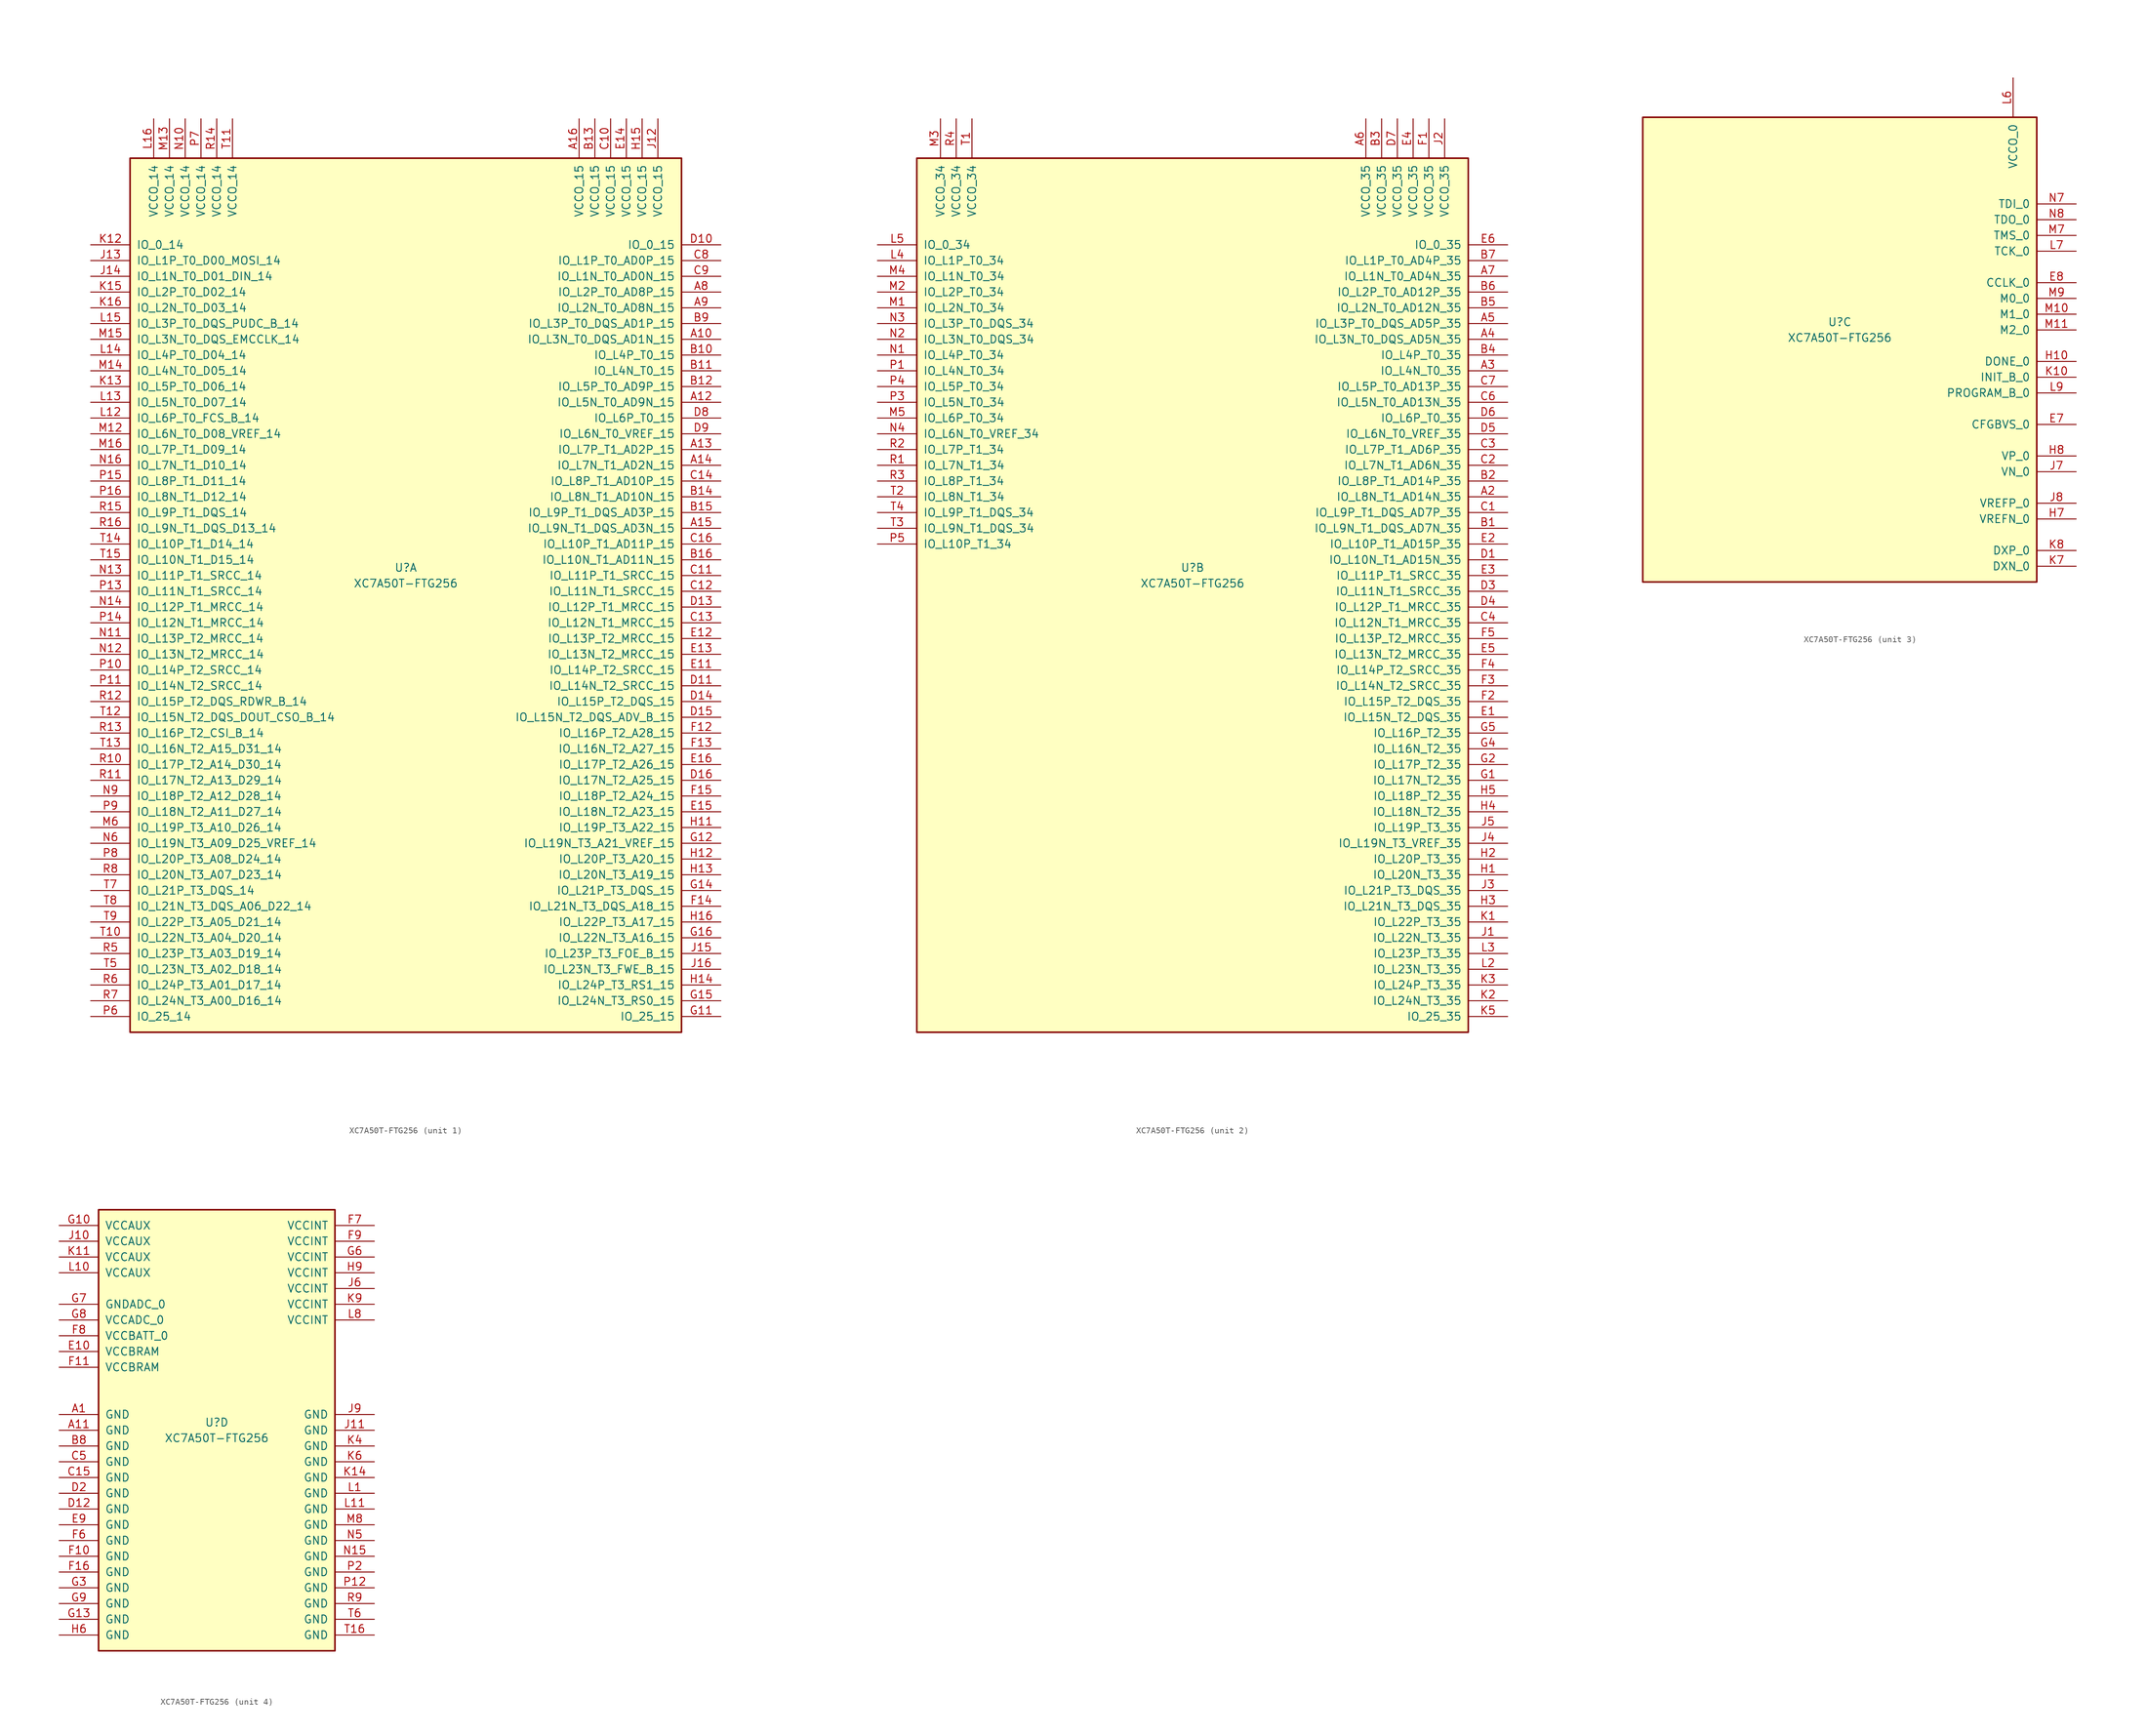
<source format=kicad_sym>
(kicad_symbol_lib
  (version 20211014)
  (generator kicad_symbol_editor)
  (symbol "XC7A50T-FTG256"
    (pin_names
      (offset 1.016))
    (property "Reference" "U"
      (at 0 1.27 0)
      (effects (font (size 1.27 1.27))))
    (property "Value" "XC7A50T-FTG256"
      (at 0 -1.27 0)
      (effects (font (size 1.27 1.27))))
    (property "Datasheet" ""
      (at 0 0 0)
      (effects (font (size 1.27 1.27))))
    (property "ki_locked" ""
      (at 0 0 0)
      (effects (font (size 1.27 1.27))))
    (symbol "XC7A50T-FTG256_1_1"
      (rectangle (start -44.45 67.31) (end 44.45 -73.66) (stroke (width 0.254) (type default) (color 0 0 0 0)) (fill (type background)))
      (pin bidirectional line (at 50.8 38.1 180) (length 6.35) (name "IO_L3N_T0_DQS_AD1N_15" (effects (font (size 1.27 1.27)))) (number "A10" (effects (font (size 1.27 1.27)))))
      (pin bidirectional line (at 50.8 27.94 180) (length 6.35) (name "IO_L5N_T0_AD9N_15" (effects (font (size 1.27 1.27)))) (number "A12" (effects (font (size 1.27 1.27)))))
      (pin bidirectional line (at 50.8 20.32 180) (length 6.35) (name "IO_L7P_T1_AD2P_15" (effects (font (size 1.27 1.27)))) (number "A13" (effects (font (size 1.27 1.27)))))
      (pin bidirectional line (at 50.8 17.78 180) (length 6.35) (name "IO_L7N_T1_AD2N_15" (effects (font (size 1.27 1.27)))) (number "A14" (effects (font (size 1.27 1.27)))))
      (pin bidirectional line (at 50.8 7.62 180) (length 6.35) (name "IO_L9N_T1_DQS_AD3N_15" (effects (font (size 1.27 1.27)))) (number "A15" (effects (font (size 1.27 1.27)))))
      (pin power_in line (at 27.94 73.66 270) (length 6.35) (name "VCCO_15" (effects (font (size 1.27 1.27)))) (number "A16" (effects (font (size 1.27 1.27)))))
      (pin bidirectional line (at 50.8 45.72 180) (length 6.35) (name "IO_L2P_T0_AD8P_15" (effects (font (size 1.27 1.27)))) (number "A8" (effects (font (size 1.27 1.27)))))
      (pin bidirectional line (at 50.8 43.18 180) (length 6.35) (name "IO_L2N_T0_AD8N_15" (effects (font (size 1.27 1.27)))) (number "A9" (effects (font (size 1.27 1.27)))))
      (pin bidirectional line (at 50.8 35.56 180) (length 6.35) (name "IO_L4P_T0_15" (effects (font (size 1.27 1.27)))) (number "B10" (effects (font (size 1.27 1.27)))))
      (pin bidirectional line (at 50.8 33.02 180) (length 6.35) (name "IO_L4N_T0_15" (effects (font (size 1.27 1.27)))) (number "B11" (effects (font (size 1.27 1.27)))))
      (pin bidirectional line (at 50.8 30.48 180) (length 6.35) (name "IO_L5P_T0_AD9P_15" (effects (font (size 1.27 1.27)))) (number "B12" (effects (font (size 1.27 1.27)))))
      (pin power_in line (at 30.48 73.66 270) (length 6.35) (name "VCCO_15" (effects (font (size 1.27 1.27)))) (number "B13" (effects (font (size 1.27 1.27)))))
      (pin bidirectional line (at 50.8 12.7 180) (length 6.35) (name "IO_L8N_T1_AD10N_15" (effects (font (size 1.27 1.27)))) (number "B14" (effects (font (size 1.27 1.27)))))
      (pin bidirectional line (at 50.8 10.16 180) (length 6.35) (name "IO_L9P_T1_DQS_AD3P_15" (effects (font (size 1.27 1.27)))) (number "B15" (effects (font (size 1.27 1.27)))))
      (pin bidirectional line (at 50.8 2.54 180) (length 6.35) (name "IO_L10N_T1_AD11N_15" (effects (font (size 1.27 1.27)))) (number "B16" (effects (font (size 1.27 1.27)))))
      (pin bidirectional line (at 50.8 40.64 180) (length 6.35) (name "IO_L3P_T0_DQS_AD1P_15" (effects (font (size 1.27 1.27)))) (number "B9" (effects (font (size 1.27 1.27)))))
      (pin power_in line (at 33.02 73.66 270) (length 6.35) (name "VCCO_15" (effects (font (size 1.27 1.27)))) (number "C10" (effects (font (size 1.27 1.27)))))
      (pin bidirectional line (at 50.8 0 180) (length 6.35) (name "IO_L11P_T1_SRCC_15" (effects (font (size 1.27 1.27)))) (number "C11" (effects (font (size 1.27 1.27)))))
      (pin bidirectional line (at 50.8 -2.54 180) (length 6.35) (name "IO_L11N_T1_SRCC_15" (effects (font (size 1.27 1.27)))) (number "C12" (effects (font (size 1.27 1.27)))))
      (pin bidirectional line (at 50.8 -7.62 180) (length 6.35) (name "IO_L12N_T1_MRCC_15" (effects (font (size 1.27 1.27)))) (number "C13" (effects (font (size 1.27 1.27)))))
      (pin bidirectional line (at 50.8 15.24 180) (length 6.35) (name "IO_L8P_T1_AD10P_15" (effects (font (size 1.27 1.27)))) (number "C14" (effects (font (size 1.27 1.27)))))
      (pin bidirectional line (at 50.8 5.08 180) (length 6.35) (name "IO_L10P_T1_AD11P_15" (effects (font (size 1.27 1.27)))) (number "C16" (effects (font (size 1.27 1.27)))))
      (pin bidirectional line (at 50.8 50.8 180) (length 6.35) (name "IO_L1P_T0_AD0P_15" (effects (font (size 1.27 1.27)))) (number "C8" (effects (font (size 1.27 1.27)))))
      (pin bidirectional line (at 50.8 48.26 180) (length 6.35) (name "IO_L1N_T0_AD0N_15" (effects (font (size 1.27 1.27)))) (number "C9" (effects (font (size 1.27 1.27)))))
      (pin bidirectional line (at 50.8 53.34 180) (length 6.35) (name "IO_0_15" (effects (font (size 1.27 1.27)))) (number "D10" (effects (font (size 1.27 1.27)))))
      (pin bidirectional line (at 50.8 -17.78 180) (length 6.35) (name "IO_L14N_T2_SRCC_15" (effects (font (size 1.27 1.27)))) (number "D11" (effects (font (size 1.27 1.27)))))
      (pin bidirectional line (at 50.8 -5.08 180) (length 6.35) (name "IO_L12P_T1_MRCC_15" (effects (font (size 1.27 1.27)))) (number "D13" (effects (font (size 1.27 1.27)))))
      (pin bidirectional line (at 50.8 -20.32 180) (length 6.35) (name "IO_L15P_T2_DQS_15" (effects (font (size 1.27 1.27)))) (number "D14" (effects (font (size 1.27 1.27)))))
      (pin bidirectional line (at 50.8 -22.86 180) (length 6.35) (name "IO_L15N_T2_DQS_ADV_B_15" (effects (font (size 1.27 1.27)))) (number "D15" (effects (font (size 1.27 1.27)))))
      (pin bidirectional line (at 50.8 -33.02 180) (length 6.35) (name "IO_L17N_T2_A25_15" (effects (font (size 1.27 1.27)))) (number "D16" (effects (font (size 1.27 1.27)))))
      (pin bidirectional line (at 50.8 25.4 180) (length 6.35) (name "IO_L6P_T0_15" (effects (font (size 1.27 1.27)))) (number "D8" (effects (font (size 1.27 1.27)))))
      (pin bidirectional line (at 50.8 22.86 180) (length 6.35) (name "IO_L6N_T0_VREF_15" (effects (font (size 1.27 1.27)))) (number "D9" (effects (font (size 1.27 1.27)))))
      (pin bidirectional line (at 50.8 -15.24 180) (length 6.35) (name "IO_L14P_T2_SRCC_15" (effects (font (size 1.27 1.27)))) (number "E11" (effects (font (size 1.27 1.27)))))
      (pin bidirectional line (at 50.8 -10.16 180) (length 6.35) (name "IO_L13P_T2_MRCC_15" (effects (font (size 1.27 1.27)))) (number "E12" (effects (font (size 1.27 1.27)))))
      (pin bidirectional line (at 50.8 -12.7 180) (length 6.35) (name "IO_L13N_T2_MRCC_15" (effects (font (size 1.27 1.27)))) (number "E13" (effects (font (size 1.27 1.27)))))
      (pin power_in line (at 35.56 73.66 270) (length 6.35) (name "VCCO_15" (effects (font (size 1.27 1.27)))) (number "E14" (effects (font (size 1.27 1.27)))))
      (pin bidirectional line (at 50.8 -38.1 180) (length 6.35) (name "IO_L18N_T2_A23_15" (effects (font (size 1.27 1.27)))) (number "E15" (effects (font (size 1.27 1.27)))))
      (pin bidirectional line (at 50.8 -30.48 180) (length 6.35) (name "IO_L17P_T2_A26_15" (effects (font (size 1.27 1.27)))) (number "E16" (effects (font (size 1.27 1.27)))))
      (pin bidirectional line (at 50.8 -25.4 180) (length 6.35) (name "IO_L16P_T2_A28_15" (effects (font (size 1.27 1.27)))) (number "F12" (effects (font (size 1.27 1.27)))))
      (pin bidirectional line (at 50.8 -27.94 180) (length 6.35) (name "IO_L16N_T2_A27_15" (effects (font (size 1.27 1.27)))) (number "F13" (effects (font (size 1.27 1.27)))))
      (pin bidirectional line (at 50.8 -53.34 180) (length 6.35) (name "IO_L21N_T3_DQS_A18_15" (effects (font (size 1.27 1.27)))) (number "F14" (effects (font (size 1.27 1.27)))))
      (pin bidirectional line (at 50.8 -35.56 180) (length 6.35) (name "IO_L18P_T2_A24_15" (effects (font (size 1.27 1.27)))) (number "F15" (effects (font (size 1.27 1.27)))))
      (pin bidirectional line (at 50.8 -71.12 180) (length 6.35) (name "IO_25_15" (effects (font (size 1.27 1.27)))) (number "G11" (effects (font (size 1.27 1.27)))))
      (pin bidirectional line (at 50.8 -43.18 180) (length 6.35) (name "IO_L19N_T3_A21_VREF_15" (effects (font (size 1.27 1.27)))) (number "G12" (effects (font (size 1.27 1.27)))))
      (pin bidirectional line (at 50.8 -50.8 180) (length 6.35) (name "IO_L21P_T3_DQS_15" (effects (font (size 1.27 1.27)))) (number "G14" (effects (font (size 1.27 1.27)))))
      (pin bidirectional line (at 50.8 -68.58 180) (length 6.35) (name "IO_L24N_T3_RS0_15" (effects (font (size 1.27 1.27)))) (number "G15" (effects (font (size 1.27 1.27)))))
      (pin bidirectional line (at 50.8 -58.42 180) (length 6.35) (name "IO_L22N_T3_A16_15" (effects (font (size 1.27 1.27)))) (number "G16" (effects (font (size 1.27 1.27)))))
      (pin bidirectional line (at 50.8 -40.64 180) (length 6.35) (name "IO_L19P_T3_A22_15" (effects (font (size 1.27 1.27)))) (number "H11" (effects (font (size 1.27 1.27)))))
      (pin bidirectional line (at 50.8 -45.72 180) (length 6.35) (name "IO_L20P_T3_A20_15" (effects (font (size 1.27 1.27)))) (number "H12" (effects (font (size 1.27 1.27)))))
      (pin bidirectional line (at 50.8 -48.26 180) (length 6.35) (name "IO_L20N_T3_A19_15" (effects (font (size 1.27 1.27)))) (number "H13" (effects (font (size 1.27 1.27)))))
      (pin bidirectional line (at 50.8 -66.04 180) (length 6.35) (name "IO_L24P_T3_RS1_15" (effects (font (size 1.27 1.27)))) (number "H14" (effects (font (size 1.27 1.27)))))
      (pin power_in line (at 38.1 73.66 270) (length 6.35) (name "VCCO_15" (effects (font (size 1.27 1.27)))) (number "H15" (effects (font (size 1.27 1.27)))))
      (pin bidirectional line (at 50.8 -55.88 180) (length 6.35) (name "IO_L22P_T3_A17_15" (effects (font (size 1.27 1.27)))) (number "H16" (effects (font (size 1.27 1.27)))))
      (pin power_in line (at 40.64 73.66 270) (length 6.35) (name "VCCO_15" (effects (font (size 1.27 1.27)))) (number "J12" (effects (font (size 1.27 1.27)))))
      (pin bidirectional line (at -50.8 50.8 0) (length 6.35) (name "IO_L1P_T0_D00_MOSI_14" (effects (font (size 1.27 1.27)))) (number "J13" (effects (font (size 1.27 1.27)))))
      (pin bidirectional line (at -50.8 48.26 0) (length 6.35) (name "IO_L1N_T0_D01_DIN_14" (effects (font (size 1.27 1.27)))) (number "J14" (effects (font (size 1.27 1.27)))))
      (pin bidirectional line (at 50.8 -60.96 180) (length 6.35) (name "IO_L23P_T3_FOE_B_15" (effects (font (size 1.27 1.27)))) (number "J15" (effects (font (size 1.27 1.27)))))
      (pin bidirectional line (at 50.8 -63.5 180) (length 6.35) (name "IO_L23N_T3_FWE_B_15" (effects (font (size 1.27 1.27)))) (number "J16" (effects (font (size 1.27 1.27)))))
      (pin bidirectional line (at -50.8 53.34 0) (length 6.35) (name "IO_0_14" (effects (font (size 1.27 1.27)))) (number "K12" (effects (font (size 1.27 1.27)))))
      (pin bidirectional line (at -50.8 30.48 0) (length 6.35) (name "IO_L5P_T0_D06_14" (effects (font (size 1.27 1.27)))) (number "K13" (effects (font (size 1.27 1.27)))))
      (pin bidirectional line (at -50.8 45.72 0) (length 6.35) (name "IO_L2P_T0_D02_14" (effects (font (size 1.27 1.27)))) (number "K15" (effects (font (size 1.27 1.27)))))
      (pin bidirectional line (at -50.8 43.18 0) (length 6.35) (name "IO_L2N_T0_D03_14" (effects (font (size 1.27 1.27)))) (number "K16" (effects (font (size 1.27 1.27)))))
      (pin bidirectional line (at -50.8 25.4 0) (length 6.35) (name "IO_L6P_T0_FCS_B_14" (effects (font (size 1.27 1.27)))) (number "L12" (effects (font (size 1.27 1.27)))))
      (pin bidirectional line (at -50.8 27.94 0) (length 6.35) (name "IO_L5N_T0_D07_14" (effects (font (size 1.27 1.27)))) (number "L13" (effects (font (size 1.27 1.27)))))
      (pin bidirectional line (at -50.8 35.56 0) (length 6.35) (name "IO_L4P_T0_D04_14" (effects (font (size 1.27 1.27)))) (number "L14" (effects (font (size 1.27 1.27)))))
      (pin bidirectional line (at -50.8 40.64 0) (length 6.35) (name "IO_L3P_T0_DQS_PUDC_B_14" (effects (font (size 1.27 1.27)))) (number "L15" (effects (font (size 1.27 1.27)))))
      (pin power_in line (at -40.64 73.66 270) (length 6.35) (name "VCCO_14" (effects (font (size 1.27 1.27)))) (number "L16" (effects (font (size 1.27 1.27)))))
      (pin bidirectional line (at -50.8 22.86 0) (length 6.35) (name "IO_L6N_T0_D08_VREF_14" (effects (font (size 1.27 1.27)))) (number "M12" (effects (font (size 1.27 1.27)))))
      (pin power_in line (at -38.1 73.66 270) (length 6.35) (name "VCCO_14" (effects (font (size 1.27 1.27)))) (number "M13" (effects (font (size 1.27 1.27)))))
      (pin bidirectional line (at -50.8 33.02 0) (length 6.35) (name "IO_L4N_T0_D05_14" (effects (font (size 1.27 1.27)))) (number "M14" (effects (font (size 1.27 1.27)))))
      (pin bidirectional line (at -50.8 38.1 0) (length 6.35) (name "IO_L3N_T0_DQS_EMCCLK_14" (effects (font (size 1.27 1.27)))) (number "M15" (effects (font (size 1.27 1.27)))))
      (pin bidirectional line (at -50.8 20.32 0) (length 6.35) (name "IO_L7P_T1_D09_14" (effects (font (size 1.27 1.27)))) (number "M16" (effects (font (size 1.27 1.27)))))
      (pin bidirectional line (at -50.8 -40.64 0) (length 6.35) (name "IO_L19P_T3_A10_D26_14" (effects (font (size 1.27 1.27)))) (number "M6" (effects (font (size 1.27 1.27)))))
      (pin power_in line (at -35.56 73.66 270) (length 6.35) (name "VCCO_14" (effects (font (size 1.27 1.27)))) (number "N10" (effects (font (size 1.27 1.27)))))
      (pin bidirectional line (at -50.8 -10.16 0) (length 6.35) (name "IO_L13P_T2_MRCC_14" (effects (font (size 1.27 1.27)))) (number "N11" (effects (font (size 1.27 1.27)))))
      (pin bidirectional line (at -50.8 -12.7 0) (length 6.35) (name "IO_L13N_T2_MRCC_14" (effects (font (size 1.27 1.27)))) (number "N12" (effects (font (size 1.27 1.27)))))
      (pin bidirectional line (at -50.8 0 0) (length 6.35) (name "IO_L11P_T1_SRCC_14" (effects (font (size 1.27 1.27)))) (number "N13" (effects (font (size 1.27 1.27)))))
      (pin bidirectional line (at -50.8 -5.08 0) (length 6.35) (name "IO_L12P_T1_MRCC_14" (effects (font (size 1.27 1.27)))) (number "N14" (effects (font (size 1.27 1.27)))))
      (pin bidirectional line (at -50.8 17.78 0) (length 6.35) (name "IO_L7N_T1_D10_14" (effects (font (size 1.27 1.27)))) (number "N16" (effects (font (size 1.27 1.27)))))
      (pin bidirectional line (at -50.8 -43.18 0) (length 6.35) (name "IO_L19N_T3_A09_D25_VREF_14" (effects (font (size 1.27 1.27)))) (number "N6" (effects (font (size 1.27 1.27)))))
      (pin bidirectional line (at -50.8 -35.56 0) (length 6.35) (name "IO_L18P_T2_A12_D28_14" (effects (font (size 1.27 1.27)))) (number "N9" (effects (font (size 1.27 1.27)))))
      (pin bidirectional line (at -50.8 -15.24 0) (length 6.35) (name "IO_L14P_T2_SRCC_14" (effects (font (size 1.27 1.27)))) (number "P10" (effects (font (size 1.27 1.27)))))
      (pin bidirectional line (at -50.8 -17.78 0) (length 6.35) (name "IO_L14N_T2_SRCC_14" (effects (font (size 1.27 1.27)))) (number "P11" (effects (font (size 1.27 1.27)))))
      (pin bidirectional line (at -50.8 -2.54 0) (length 6.35) (name "IO_L11N_T1_SRCC_14" (effects (font (size 1.27 1.27)))) (number "P13" (effects (font (size 1.27 1.27)))))
      (pin bidirectional line (at -50.8 -7.62 0) (length 6.35) (name "IO_L12N_T1_MRCC_14" (effects (font (size 1.27 1.27)))) (number "P14" (effects (font (size 1.27 1.27)))))
      (pin bidirectional line (at -50.8 15.24 0) (length 6.35) (name "IO_L8P_T1_D11_14" (effects (font (size 1.27 1.27)))) (number "P15" (effects (font (size 1.27 1.27)))))
      (pin bidirectional line (at -50.8 12.7 0) (length 6.35) (name "IO_L8N_T1_D12_14" (effects (font (size 1.27 1.27)))) (number "P16" (effects (font (size 1.27 1.27)))))
      (pin bidirectional line (at -50.8 -71.12 0) (length 6.35) (name "IO_25_14" (effects (font (size 1.27 1.27)))) (number "P6" (effects (font (size 1.27 1.27)))))
      (pin power_in line (at -33.02 73.66 270) (length 6.35) (name "VCCO_14" (effects (font (size 1.27 1.27)))) (number "P7" (effects (font (size 1.27 1.27)))))
      (pin bidirectional line (at -50.8 -45.72 0) (length 6.35) (name "IO_L20P_T3_A08_D24_14" (effects (font (size 1.27 1.27)))) (number "P8" (effects (font (size 1.27 1.27)))))
      (pin bidirectional line (at -50.8 -38.1 0) (length 6.35) (name "IO_L18N_T2_A11_D27_14" (effects (font (size 1.27 1.27)))) (number "P9" (effects (font (size 1.27 1.27)))))
      (pin bidirectional line (at -50.8 -30.48 0) (length 6.35) (name "IO_L17P_T2_A14_D30_14" (effects (font (size 1.27 1.27)))) (number "R10" (effects (font (size 1.27 1.27)))))
      (pin bidirectional line (at -50.8 -33.02 0) (length 6.35) (name "IO_L17N_T2_A13_D29_14" (effects (font (size 1.27 1.27)))) (number "R11" (effects (font (size 1.27 1.27)))))
      (pin bidirectional line (at -50.8 -20.32 0) (length 6.35) (name "IO_L15P_T2_DQS_RDWR_B_14" (effects (font (size 1.27 1.27)))) (number "R12" (effects (font (size 1.27 1.27)))))
      (pin bidirectional line (at -50.8 -25.4 0) (length 6.35) (name "IO_L16P_T2_CSI_B_14" (effects (font (size 1.27 1.27)))) (number "R13" (effects (font (size 1.27 1.27)))))
      (pin power_in line (at -30.48 73.66 270) (length 6.35) (name "VCCO_14" (effects (font (size 1.27 1.27)))) (number "R14" (effects (font (size 1.27 1.27)))))
      (pin bidirectional line (at -50.8 10.16 0) (length 6.35) (name "IO_L9P_T1_DQS_14" (effects (font (size 1.27 1.27)))) (number "R15" (effects (font (size 1.27 1.27)))))
      (pin bidirectional line (at -50.8 7.62 0) (length 6.35) (name "IO_L9N_T1_DQS_D13_14" (effects (font (size 1.27 1.27)))) (number "R16" (effects (font (size 1.27 1.27)))))
      (pin bidirectional line (at -50.8 -60.96 0) (length 6.35) (name "IO_L23P_T3_A03_D19_14" (effects (font (size 1.27 1.27)))) (number "R5" (effects (font (size 1.27 1.27)))))
      (pin bidirectional line (at -50.8 -66.04 0) (length 6.35) (name "IO_L24P_T3_A01_D17_14" (effects (font (size 1.27 1.27)))) (number "R6" (effects (font (size 1.27 1.27)))))
      (pin bidirectional line (at -50.8 -68.58 0) (length 6.35) (name "IO_L24N_T3_A00_D16_14" (effects (font (size 1.27 1.27)))) (number "R7" (effects (font (size 1.27 1.27)))))
      (pin bidirectional line (at -50.8 -48.26 0) (length 6.35) (name "IO_L20N_T3_A07_D23_14" (effects (font (size 1.27 1.27)))) (number "R8" (effects (font (size 1.27 1.27)))))
      (pin bidirectional line (at -50.8 -58.42 0) (length 6.35) (name "IO_L22N_T3_A04_D20_14" (effects (font (size 1.27 1.27)))) (number "T10" (effects (font (size 1.27 1.27)))))
      (pin power_in line (at -27.94 73.66 270) (length 6.35) (name "VCCO_14" (effects (font (size 1.27 1.27)))) (number "T11" (effects (font (size 1.27 1.27)))))
      (pin bidirectional line (at -50.8 -22.86 0) (length 6.35) (name "IO_L15N_T2_DQS_DOUT_CSO_B_14" (effects (font (size 1.27 1.27)))) (number "T12" (effects (font (size 1.27 1.27)))))
      (pin bidirectional line (at -50.8 -27.94 0) (length 6.35) (name "IO_L16N_T2_A15_D31_14" (effects (font (size 1.27 1.27)))) (number "T13" (effects (font (size 1.27 1.27)))))
      (pin bidirectional line (at -50.8 5.08 0) (length 6.35) (name "IO_L10P_T1_D14_14" (effects (font (size 1.27 1.27)))) (number "T14" (effects (font (size 1.27 1.27)))))
      (pin bidirectional line (at -50.8 2.54 0) (length 6.35) (name "IO_L10N_T1_D15_14" (effects (font (size 1.27 1.27)))) (number "T15" (effects (font (size 1.27 1.27)))))
      (pin bidirectional line (at -50.8 -63.5 0) (length 6.35) (name "IO_L23N_T3_A02_D18_14" (effects (font (size 1.27 1.27)))) (number "T5" (effects (font (size 1.27 1.27)))))
      (pin bidirectional line (at -50.8 -50.8 0) (length 6.35) (name "IO_L21P_T3_DQS_14" (effects (font (size 1.27 1.27)))) (number "T7" (effects (font (size 1.27 1.27)))))
      (pin bidirectional line (at -50.8 -53.34 0) (length 6.35) (name "IO_L21N_T3_DQS_A06_D22_14" (effects (font (size 1.27 1.27)))) (number "T8" (effects (font (size 1.27 1.27)))))
      (pin bidirectional line (at -50.8 -55.88 0) (length 6.35) (name "IO_L22P_T3_A05_D21_14" (effects (font (size 1.27 1.27)))) (number "T9" (effects (font (size 1.27 1.27))))))
    (symbol "XC7A50T-FTG256_2_1"
      (rectangle (start -44.45 67.31) (end 44.45 -73.66) (stroke (width 0.254) (type default) (color 0 0 0 0)) (fill (type background)))
      (pin bidirectional line (at 50.8 12.7 180) (length 6.35) (name "IO_L8N_T1_AD14N_35" (effects (font (size 1.27 1.27)))) (number "A2" (effects (font (size 1.27 1.27)))))
      (pin bidirectional line (at 50.8 33.02 180) (length 6.35) (name "IO_L4N_T0_35" (effects (font (size 1.27 1.27)))) (number "A3" (effects (font (size 1.27 1.27)))))
      (pin bidirectional line (at 50.8 38.1 180) (length 6.35) (name "IO_L3N_T0_DQS_AD5N_35" (effects (font (size 1.27 1.27)))) (number "A4" (effects (font (size 1.27 1.27)))))
      (pin bidirectional line (at 50.8 40.64 180) (length 6.35) (name "IO_L3P_T0_DQS_AD5P_35" (effects (font (size 1.27 1.27)))) (number "A5" (effects (font (size 1.27 1.27)))))
      (pin power_in line (at 27.94 73.66 270) (length 6.35) (name "VCCO_35" (effects (font (size 1.27 1.27)))) (number "A6" (effects (font (size 1.27 1.27)))))
      (pin bidirectional line (at 50.8 48.26 180) (length 6.35) (name "IO_L1N_T0_AD4N_35" (effects (font (size 1.27 1.27)))) (number "A7" (effects (font (size 1.27 1.27)))))
      (pin bidirectional line (at 50.8 7.62 180) (length 6.35) (name "IO_L9N_T1_DQS_AD7N_35" (effects (font (size 1.27 1.27)))) (number "B1" (effects (font (size 1.27 1.27)))))
      (pin bidirectional line (at 50.8 15.24 180) (length 6.35) (name "IO_L8P_T1_AD14P_35" (effects (font (size 1.27 1.27)))) (number "B2" (effects (font (size 1.27 1.27)))))
      (pin power_in line (at 30.48 73.66 270) (length 6.35) (name "VCCO_35" (effects (font (size 1.27 1.27)))) (number "B3" (effects (font (size 1.27 1.27)))))
      (pin bidirectional line (at 50.8 35.56 180) (length 6.35) (name "IO_L4P_T0_35" (effects (font (size 1.27 1.27)))) (number "B4" (effects (font (size 1.27 1.27)))))
      (pin bidirectional line (at 50.8 43.18 180) (length 6.35) (name "IO_L2N_T0_AD12N_35" (effects (font (size 1.27 1.27)))) (number "B5" (effects (font (size 1.27 1.27)))))
      (pin bidirectional line (at 50.8 45.72 180) (length 6.35) (name "IO_L2P_T0_AD12P_35" (effects (font (size 1.27 1.27)))) (number "B6" (effects (font (size 1.27 1.27)))))
      (pin bidirectional line (at 50.8 50.8 180) (length 6.35) (name "IO_L1P_T0_AD4P_35" (effects (font (size 1.27 1.27)))) (number "B7" (effects (font (size 1.27 1.27)))))
      (pin bidirectional line (at 50.8 10.16 180) (length 6.35) (name "IO_L9P_T1_DQS_AD7P_35" (effects (font (size 1.27 1.27)))) (number "C1" (effects (font (size 1.27 1.27)))))
      (pin bidirectional line (at 50.8 17.78 180) (length 6.35) (name "IO_L7N_T1_AD6N_35" (effects (font (size 1.27 1.27)))) (number "C2" (effects (font (size 1.27 1.27)))))
      (pin bidirectional line (at 50.8 20.32 180) (length 6.35) (name "IO_L7P_T1_AD6P_35" (effects (font (size 1.27 1.27)))) (number "C3" (effects (font (size 1.27 1.27)))))
      (pin bidirectional line (at 50.8 -7.62 180) (length 6.35) (name "IO_L12N_T1_MRCC_35" (effects (font (size 1.27 1.27)))) (number "C4" (effects (font (size 1.27 1.27)))))
      (pin bidirectional line (at 50.8 27.94 180) (length 6.35) (name "IO_L5N_T0_AD13N_35" (effects (font (size 1.27 1.27)))) (number "C6" (effects (font (size 1.27 1.27)))))
      (pin bidirectional line (at 50.8 30.48 180) (length 6.35) (name "IO_L5P_T0_AD13P_35" (effects (font (size 1.27 1.27)))) (number "C7" (effects (font (size 1.27 1.27)))))
      (pin bidirectional line (at 50.8 2.54 180) (length 6.35) (name "IO_L10N_T1_AD15N_35" (effects (font (size 1.27 1.27)))) (number "D1" (effects (font (size 1.27 1.27)))))
      (pin bidirectional line (at 50.8 -2.54 180) (length 6.35) (name "IO_L11N_T1_SRCC_35" (effects (font (size 1.27 1.27)))) (number "D3" (effects (font (size 1.27 1.27)))))
      (pin bidirectional line (at 50.8 -5.08 180) (length 6.35) (name "IO_L12P_T1_MRCC_35" (effects (font (size 1.27 1.27)))) (number "D4" (effects (font (size 1.27 1.27)))))
      (pin bidirectional line (at 50.8 22.86 180) (length 6.35) (name "IO_L6N_T0_VREF_35" (effects (font (size 1.27 1.27)))) (number "D5" (effects (font (size 1.27 1.27)))))
      (pin bidirectional line (at 50.8 25.4 180) (length 6.35) (name "IO_L6P_T0_35" (effects (font (size 1.27 1.27)))) (number "D6" (effects (font (size 1.27 1.27)))))
      (pin power_in line (at 33.02 73.66 270) (length 6.35) (name "VCCO_35" (effects (font (size 1.27 1.27)))) (number "D7" (effects (font (size 1.27 1.27)))))
      (pin bidirectional line (at 50.8 -22.86 180) (length 6.35) (name "IO_L15N_T2_DQS_35" (effects (font (size 1.27 1.27)))) (number "E1" (effects (font (size 1.27 1.27)))))
      (pin bidirectional line (at 50.8 5.08 180) (length 6.35) (name "IO_L10P_T1_AD15P_35" (effects (font (size 1.27 1.27)))) (number "E2" (effects (font (size 1.27 1.27)))))
      (pin bidirectional line (at 50.8 0 180) (length 6.35) (name "IO_L11P_T1_SRCC_35" (effects (font (size 1.27 1.27)))) (number "E3" (effects (font (size 1.27 1.27)))))
      (pin power_in line (at 35.56 73.66 270) (length 6.35) (name "VCCO_35" (effects (font (size 1.27 1.27)))) (number "E4" (effects (font (size 1.27 1.27)))))
      (pin bidirectional line (at 50.8 -12.7 180) (length 6.35) (name "IO_L13N_T2_MRCC_35" (effects (font (size 1.27 1.27)))) (number "E5" (effects (font (size 1.27 1.27)))))
      (pin bidirectional line (at 50.8 53.34 180) (length 6.35) (name "IO_0_35" (effects (font (size 1.27 1.27)))) (number "E6" (effects (font (size 1.27 1.27)))))
      (pin power_in line (at 38.1 73.66 270) (length 6.35) (name "VCCO_35" (effects (font (size 1.27 1.27)))) (number "F1" (effects (font (size 1.27 1.27)))))
      (pin bidirectional line (at 50.8 -20.32 180) (length 6.35) (name "IO_L15P_T2_DQS_35" (effects (font (size 1.27 1.27)))) (number "F2" (effects (font (size 1.27 1.27)))))
      (pin bidirectional line (at 50.8 -17.78 180) (length 6.35) (name "IO_L14N_T2_SRCC_35" (effects (font (size 1.27 1.27)))) (number "F3" (effects (font (size 1.27 1.27)))))
      (pin bidirectional line (at 50.8 -15.24 180) (length 6.35) (name "IO_L14P_T2_SRCC_35" (effects (font (size 1.27 1.27)))) (number "F4" (effects (font (size 1.27 1.27)))))
      (pin bidirectional line (at 50.8 -10.16 180) (length 6.35) (name "IO_L13P_T2_MRCC_35" (effects (font (size 1.27 1.27)))) (number "F5" (effects (font (size 1.27 1.27)))))
      (pin bidirectional line (at 50.8 -33.02 180) (length 6.35) (name "IO_L17N_T2_35" (effects (font (size 1.27 1.27)))) (number "G1" (effects (font (size 1.27 1.27)))))
      (pin bidirectional line (at 50.8 -30.48 180) (length 6.35) (name "IO_L17P_T2_35" (effects (font (size 1.27 1.27)))) (number "G2" (effects (font (size 1.27 1.27)))))
      (pin bidirectional line (at 50.8 -27.94 180) (length 6.35) (name "IO_L16N_T2_35" (effects (font (size 1.27 1.27)))) (number "G4" (effects (font (size 1.27 1.27)))))
      (pin bidirectional line (at 50.8 -25.4 180) (length 6.35) (name "IO_L16P_T2_35" (effects (font (size 1.27 1.27)))) (number "G5" (effects (font (size 1.27 1.27)))))
      (pin bidirectional line (at 50.8 -48.26 180) (length 6.35) (name "IO_L20N_T3_35" (effects (font (size 1.27 1.27)))) (number "H1" (effects (font (size 1.27 1.27)))))
      (pin bidirectional line (at 50.8 -45.72 180) (length 6.35) (name "IO_L20P_T3_35" (effects (font (size 1.27 1.27)))) (number "H2" (effects (font (size 1.27 1.27)))))
      (pin bidirectional line (at 50.8 -53.34 180) (length 6.35) (name "IO_L21N_T3_DQS_35" (effects (font (size 1.27 1.27)))) (number "H3" (effects (font (size 1.27 1.27)))))
      (pin bidirectional line (at 50.8 -38.1 180) (length 6.35) (name "IO_L18N_T2_35" (effects (font (size 1.27 1.27)))) (number "H4" (effects (font (size 1.27 1.27)))))
      (pin bidirectional line (at 50.8 -35.56 180) (length 6.35) (name "IO_L18P_T2_35" (effects (font (size 1.27 1.27)))) (number "H5" (effects (font (size 1.27 1.27)))))
      (pin bidirectional line (at 50.8 -58.42 180) (length 6.35) (name "IO_L22N_T3_35" (effects (font (size 1.27 1.27)))) (number "J1" (effects (font (size 1.27 1.27)))))
      (pin power_in line (at 40.64 73.66 270) (length 6.35) (name "VCCO_35" (effects (font (size 1.27 1.27)))) (number "J2" (effects (font (size 1.27 1.27)))))
      (pin bidirectional line (at 50.8 -50.8 180) (length 6.35) (name "IO_L21P_T3_DQS_35" (effects (font (size 1.27 1.27)))) (number "J3" (effects (font (size 1.27 1.27)))))
      (pin bidirectional line (at 50.8 -43.18 180) (length 6.35) (name "IO_L19N_T3_VREF_35" (effects (font (size 1.27 1.27)))) (number "J4" (effects (font (size 1.27 1.27)))))
      (pin bidirectional line (at 50.8 -40.64 180) (length 6.35) (name "IO_L19P_T3_35" (effects (font (size 1.27 1.27)))) (number "J5" (effects (font (size 1.27 1.27)))))
      (pin bidirectional line (at 50.8 -55.88 180) (length 6.35) (name "IO_L22P_T3_35" (effects (font (size 1.27 1.27)))) (number "K1" (effects (font (size 1.27 1.27)))))
      (pin bidirectional line (at 50.8 -68.58 180) (length 6.35) (name "IO_L24N_T3_35" (effects (font (size 1.27 1.27)))) (number "K2" (effects (font (size 1.27 1.27)))))
      (pin bidirectional line (at 50.8 -66.04 180) (length 6.35) (name "IO_L24P_T3_35" (effects (font (size 1.27 1.27)))) (number "K3" (effects (font (size 1.27 1.27)))))
      (pin bidirectional line (at 50.8 -71.12 180) (length 6.35) (name "IO_25_35" (effects (font (size 1.27 1.27)))) (number "K5" (effects (font (size 1.27 1.27)))))
      (pin bidirectional line (at 50.8 -63.5 180) (length 6.35) (name "IO_L23N_T3_35" (effects (font (size 1.27 1.27)))) (number "L2" (effects (font (size 1.27 1.27)))))
      (pin bidirectional line (at 50.8 -60.96 180) (length 6.35) (name "IO_L23P_T3_35" (effects (font (size 1.27 1.27)))) (number "L3" (effects (font (size 1.27 1.27)))))
      (pin bidirectional line (at -50.8 50.8 0) (length 6.35) (name "IO_L1P_T0_34" (effects (font (size 1.27 1.27)))) (number "L4" (effects (font (size 1.27 1.27)))))
      (pin bidirectional line (at -50.8 53.34 0) (length 6.35) (name "IO_0_34" (effects (font (size 1.27 1.27)))) (number "L5" (effects (font (size 1.27 1.27)))))
      (pin bidirectional line (at -50.8 43.18 0) (length 6.35) (name "IO_L2N_T0_34" (effects (font (size 1.27 1.27)))) (number "M1" (effects (font (size 1.27 1.27)))))
      (pin bidirectional line (at -50.8 45.72 0) (length 6.35) (name "IO_L2P_T0_34" (effects (font (size 1.27 1.27)))) (number "M2" (effects (font (size 1.27 1.27)))))
      (pin power_in line (at -40.64 73.66 270) (length 6.35) (name "VCCO_34" (effects (font (size 1.27 1.27)))) (number "M3" (effects (font (size 1.27 1.27)))))
      (pin bidirectional line (at -50.8 48.26 0) (length 6.35) (name "IO_L1N_T0_34" (effects (font (size 1.27 1.27)))) (number "M4" (effects (font (size 1.27 1.27)))))
      (pin bidirectional line (at -50.8 25.4 0) (length 6.35) (name "IO_L6P_T0_34" (effects (font (size 1.27 1.27)))) (number "M5" (effects (font (size 1.27 1.27)))))
      (pin bidirectional line (at -50.8 35.56 0) (length 6.35) (name "IO_L4P_T0_34" (effects (font (size 1.27 1.27)))) (number "N1" (effects (font (size 1.27 1.27)))))
      (pin bidirectional line (at -50.8 38.1 0) (length 6.35) (name "IO_L3N_T0_DQS_34" (effects (font (size 1.27 1.27)))) (number "N2" (effects (font (size 1.27 1.27)))))
      (pin bidirectional line (at -50.8 40.64 0) (length 6.35) (name "IO_L3P_T0_DQS_34" (effects (font (size 1.27 1.27)))) (number "N3" (effects (font (size 1.27 1.27)))))
      (pin bidirectional line (at -50.8 22.86 0) (length 6.35) (name "IO_L6N_T0_VREF_34" (effects (font (size 1.27 1.27)))) (number "N4" (effects (font (size 1.27 1.27)))))
      (pin bidirectional line (at -50.8 33.02 0) (length 6.35) (name "IO_L4N_T0_34" (effects (font (size 1.27 1.27)))) (number "P1" (effects (font (size 1.27 1.27)))))
      (pin bidirectional line (at -50.8 27.94 0) (length 6.35) (name "IO_L5N_T0_34" (effects (font (size 1.27 1.27)))) (number "P3" (effects (font (size 1.27 1.27)))))
      (pin bidirectional line (at -50.8 30.48 0) (length 6.35) (name "IO_L5P_T0_34" (effects (font (size 1.27 1.27)))) (number "P4" (effects (font (size 1.27 1.27)))))
      (pin bidirectional line (at -50.8 5.08 0) (length 6.35) (name "IO_L10P_T1_34" (effects (font (size 1.27 1.27)))) (number "P5" (effects (font (size 1.27 1.27)))))
      (pin bidirectional line (at -50.8 17.78 0) (length 6.35) (name "IO_L7N_T1_34" (effects (font (size 1.27 1.27)))) (number "R1" (effects (font (size 1.27 1.27)))))
      (pin bidirectional line (at -50.8 20.32 0) (length 6.35) (name "IO_L7P_T1_34" (effects (font (size 1.27 1.27)))) (number "R2" (effects (font (size 1.27 1.27)))))
      (pin bidirectional line (at -50.8 15.24 0) (length 6.35) (name "IO_L8P_T1_34" (effects (font (size 1.27 1.27)))) (number "R3" (effects (font (size 1.27 1.27)))))
      (pin power_in line (at -38.1 73.66 270) (length 6.35) (name "VCCO_34" (effects (font (size 1.27 1.27)))) (number "R4" (effects (font (size 1.27 1.27)))))
      (pin power_in line (at -35.56 73.66 270) (length 6.35) (name "VCCO_34" (effects (font (size 1.27 1.27)))) (number "T1" (effects (font (size 1.27 1.27)))))
      (pin bidirectional line (at -50.8 12.7 0) (length 6.35) (name "IO_L8N_T1_34" (effects (font (size 1.27 1.27)))) (number "T2" (effects (font (size 1.27 1.27)))))
      (pin bidirectional line (at -50.8 7.62 0) (length 6.35) (name "IO_L9N_T1_DQS_34" (effects (font (size 1.27 1.27)))) (number "T3" (effects (font (size 1.27 1.27)))))
      (pin bidirectional line (at -50.8 10.16 0) (length 6.35) (name "IO_L9P_T1_DQS_34" (effects (font (size 1.27 1.27)))) (number "T4" (effects (font (size 1.27 1.27))))))
    (symbol "XC7A50T-FTG256_3_1"
      (rectangle (start -31.75 34.29) (end 31.75 -40.64) (stroke (width 0.254) (type default) (color 0 0 0 0)) (fill (type background)))
      (pin bidirectional line (at 38.1 -15.24 180) (length 6.35) (name "CFGBVS_0" (effects (font (size 1.27 1.27)))) (number "E7" (effects (font (size 1.27 1.27)))))
      (pin bidirectional line (at 38.1 7.62 180) (length 6.35) (name "CCLK_0" (effects (font (size 1.27 1.27)))) (number "E8" (effects (font (size 1.27 1.27)))))
      (pin bidirectional line (at 38.1 -5.08 180) (length 6.35) (name "DONE_0" (effects (font (size 1.27 1.27)))) (number "H10" (effects (font (size 1.27 1.27)))))
      (pin bidirectional line (at 38.1 -30.48 180) (length 6.35) (name "VREFN_0" (effects (font (size 1.27 1.27)))) (number "H7" (effects (font (size 1.27 1.27)))))
      (pin bidirectional line (at 38.1 -20.32 180) (length 6.35) (name "VP_0" (effects (font (size 1.27 1.27)))) (number "H8" (effects (font (size 1.27 1.27)))))
      (pin bidirectional line (at 38.1 -22.86 180) (length 6.35) (name "VN_0" (effects (font (size 1.27 1.27)))) (number "J7" (effects (font (size 1.27 1.27)))))
      (pin bidirectional line (at 38.1 -27.94 180) (length 6.35) (name "VREFP_0" (effects (font (size 1.27 1.27)))) (number "J8" (effects (font (size 1.27 1.27)))))
      (pin bidirectional line (at 38.1 -7.62 180) (length 6.35) (name "INIT_B_0" (effects (font (size 1.27 1.27)))) (number "K10" (effects (font (size 1.27 1.27)))))
      (pin bidirectional line (at 38.1 -38.1 180) (length 6.35) (name "DXN_0" (effects (font (size 1.27 1.27)))) (number "K7" (effects (font (size 1.27 1.27)))))
      (pin bidirectional line (at 38.1 -35.56 180) (length 6.35) (name "DXP_0" (effects (font (size 1.27 1.27)))) (number "K8" (effects (font (size 1.27 1.27)))))
      (pin power_in line (at 27.94 40.64 270) (length 6.35) (name "VCCO_0" (effects (font (size 1.27 1.27)))) (number "L6" (effects (font (size 1.27 1.27)))))
      (pin bidirectional line (at 38.1 12.7 180) (length 6.35) (name "TCK_0" (effects (font (size 1.27 1.27)))) (number "L7" (effects (font (size 1.27 1.27)))))
      (pin bidirectional line (at 38.1 -10.16 180) (length 6.35) (name "PROGRAM_B_0" (effects (font (size 1.27 1.27)))) (number "L9" (effects (font (size 1.27 1.27)))))
      (pin bidirectional line (at 38.1 2.54 180) (length 6.35) (name "M1_0" (effects (font (size 1.27 1.27)))) (number "M10" (effects (font (size 1.27 1.27)))))
      (pin bidirectional line (at 38.1 0 180) (length 6.35) (name "M2_0" (effects (font (size 1.27 1.27)))) (number "M11" (effects (font (size 1.27 1.27)))))
      (pin bidirectional line (at 38.1 15.24 180) (length 6.35) (name "TMS_0" (effects (font (size 1.27 1.27)))) (number "M7" (effects (font (size 1.27 1.27)))))
      (pin bidirectional line (at 38.1 5.08 180) (length 6.35) (name "M0_0" (effects (font (size 1.27 1.27)))) (number "M9" (effects (font (size 1.27 1.27)))))
      (pin bidirectional line (at 38.1 20.32 180) (length 6.35) (name "TDI_0" (effects (font (size 1.27 1.27)))) (number "N7" (effects (font (size 1.27 1.27)))))
      (pin bidirectional line (at 38.1 17.78 180) (length 6.35) (name "TDO_0" (effects (font (size 1.27 1.27)))) (number "N8" (effects (font (size 1.27 1.27))))))
    (symbol "XC7A50T-FTG256_4_1"
      (rectangle (start -19.05 35.56) (end 19.05 -35.56) (stroke (width 0.254) (type default) (color 0 0 0 0)) (fill (type background)))
      (pin power_in line (at -25.4 2.54 0) (length 6.35) (name "GND" (effects (font (size 1.27 1.27)))) (number "A1" (effects (font (size 1.27 1.27)))))
      (pin power_in line (at -25.4 0 0) (length 6.35) (name "GND" (effects (font (size 1.27 1.27)))) (number "A11" (effects (font (size 1.27 1.27)))))
      (pin power_in line (at -25.4 -2.54 0) (length 6.35) (name "GND" (effects (font (size 1.27 1.27)))) (number "B8" (effects (font (size 1.27 1.27)))))
      (pin power_in line (at -25.4 -7.62 0) (length 6.35) (name "GND" (effects (font (size 1.27 1.27)))) (number "C15" (effects (font (size 1.27 1.27)))))
      (pin power_in line (at -25.4 -5.08 0) (length 6.35) (name "GND" (effects (font (size 1.27 1.27)))) (number "C5" (effects (font (size 1.27 1.27)))))
      (pin power_in line (at -25.4 -12.7 0) (length 6.35) (name "GND" (effects (font (size 1.27 1.27)))) (number "D12" (effects (font (size 1.27 1.27)))))
      (pin power_in line (at -25.4 -10.16 0) (length 6.35) (name "GND" (effects (font (size 1.27 1.27)))) (number "D2" (effects (font (size 1.27 1.27)))))
      (pin power_in line (at -25.4 12.7 0) (length 6.35) (name "VCCBRAM" (effects (font (size 1.27 1.27)))) (number "E10" (effects (font (size 1.27 1.27)))))
      (pin power_in line (at -25.4 -15.24 0) (length 6.35) (name "GND" (effects (font (size 1.27 1.27)))) (number "E9" (effects (font (size 1.27 1.27)))))
      (pin power_in line (at -25.4 -20.32 0) (length 6.35) (name "GND" (effects (font (size 1.27 1.27)))) (number "F10" (effects (font (size 1.27 1.27)))))
      (pin power_in line (at -25.4 10.16 0) (length 6.35) (name "VCCBRAM" (effects (font (size 1.27 1.27)))) (number "F11" (effects (font (size 1.27 1.27)))))
      (pin power_in line (at -25.4 -22.86 0) (length 6.35) (name "GND" (effects (font (size 1.27 1.27)))) (number "F16" (effects (font (size 1.27 1.27)))))
      (pin power_in line (at -25.4 -17.78 0) (length 6.35) (name "GND" (effects (font (size 1.27 1.27)))) (number "F6" (effects (font (size 1.27 1.27)))))
      (pin power_in line (at 25.4 33.02 180) (length 6.35) (name "VCCINT" (effects (font (size 1.27 1.27)))) (number "F7" (effects (font (size 1.27 1.27)))))
      (pin power_in line (at -25.4 15.24 0) (length 6.35) (name "VCCBATT_0" (effects (font (size 1.27 1.27)))) (number "F8" (effects (font (size 1.27 1.27)))))
      (pin power_in line (at 25.4 30.48 180) (length 6.35) (name "VCCINT" (effects (font (size 1.27 1.27)))) (number "F9" (effects (font (size 1.27 1.27)))))
      (pin power_in line (at -25.4 33.02 0) (length 6.35) (name "VCCAUX" (effects (font (size 1.27 1.27)))) (number "G10" (effects (font (size 1.27 1.27)))))
      (pin power_in line (at -25.4 -30.48 0) (length 6.35) (name "GND" (effects (font (size 1.27 1.27)))) (number "G13" (effects (font (size 1.27 1.27)))))
      (pin power_in line (at -25.4 -25.4 0) (length 6.35) (name "GND" (effects (font (size 1.27 1.27)))) (number "G3" (effects (font (size 1.27 1.27)))))
      (pin power_in line (at 25.4 27.94 180) (length 6.35) (name "VCCINT" (effects (font (size 1.27 1.27)))) (number "G6" (effects (font (size 1.27 1.27)))))
      (pin power_in line (at -25.4 20.32 0) (length 6.35) (name "GNDADC_0" (effects (font (size 1.27 1.27)))) (number "G7" (effects (font (size 1.27 1.27)))))
      (pin power_in line (at -25.4 17.78 0) (length 6.35) (name "VCCADC_0" (effects (font (size 1.27 1.27)))) (number "G8" (effects (font (size 1.27 1.27)))))
      (pin power_in line (at -25.4 -27.94 0) (length 6.35) (name "GND" (effects (font (size 1.27 1.27)))) (number "G9" (effects (font (size 1.27 1.27)))))
      (pin power_in line (at -25.4 -33.02 0) (length 6.35) (name "GND" (effects (font (size 1.27 1.27)))) (number "H6" (effects (font (size 1.27 1.27)))))
      (pin power_in line (at 25.4 25.4 180) (length 6.35) (name "VCCINT" (effects (font (size 1.27 1.27)))) (number "H9" (effects (font (size 1.27 1.27)))))
      (pin power_in line (at -25.4 30.48 0) (length 6.35) (name "VCCAUX" (effects (font (size 1.27 1.27)))) (number "J10" (effects (font (size 1.27 1.27)))))
      (pin power_in line (at 25.4 0 180) (length 6.35) (name "GND" (effects (font (size 1.27 1.27)))) (number "J11" (effects (font (size 1.27 1.27)))))
      (pin power_in line (at 25.4 22.86 180) (length 6.35) (name "VCCINT" (effects (font (size 1.27 1.27)))) (number "J6" (effects (font (size 1.27 1.27)))))
      (pin power_in line (at 25.4 2.54 180) (length 6.35) (name "GND" (effects (font (size 1.27 1.27)))) (number "J9" (effects (font (size 1.27 1.27)))))
      (pin power_in line (at -25.4 27.94 0) (length 6.35) (name "VCCAUX" (effects (font (size 1.27 1.27)))) (number "K11" (effects (font (size 1.27 1.27)))))
      (pin power_in line (at 25.4 -7.62 180) (length 6.35) (name "GND" (effects (font (size 1.27 1.27)))) (number "K14" (effects (font (size 1.27 1.27)))))
      (pin power_in line (at 25.4 -2.54 180) (length 6.35) (name "GND" (effects (font (size 1.27 1.27)))) (number "K4" (effects (font (size 1.27 1.27)))))
      (pin power_in line (at 25.4 -5.08 180) (length 6.35) (name "GND" (effects (font (size 1.27 1.27)))) (number "K6" (effects (font (size 1.27 1.27)))))
      (pin power_in line (at 25.4 20.32 180) (length 6.35) (name "VCCINT" (effects (font (size 1.27 1.27)))) (number "K9" (effects (font (size 1.27 1.27)))))
      (pin power_in line (at 25.4 -10.16 180) (length 6.35) (name "GND" (effects (font (size 1.27 1.27)))) (number "L1" (effects (font (size 1.27 1.27)))))
      (pin power_in line (at -25.4 25.4 0) (length 6.35) (name "VCCAUX" (effects (font (size 1.27 1.27)))) (number "L10" (effects (font (size 1.27 1.27)))))
      (pin power_in line (at 25.4 -12.7 180) (length 6.35) (name "GND" (effects (font (size 1.27 1.27)))) (number "L11" (effects (font (size 1.27 1.27)))))
      (pin power_in line (at 25.4 17.78 180) (length 6.35) (name "VCCINT" (effects (font (size 1.27 1.27)))) (number "L8" (effects (font (size 1.27 1.27)))))
      (pin power_in line (at 25.4 -15.24 180) (length 6.35) (name "GND" (effects (font (size 1.27 1.27)))) (number "M8" (effects (font (size 1.27 1.27)))))
      (pin power_in line (at 25.4 -20.32 180) (length 6.35) (name "GND" (effects (font (size 1.27 1.27)))) (number "N15" (effects (font (size 1.27 1.27)))))
      (pin power_in line (at 25.4 -17.78 180) (length 6.35) (name "GND" (effects (font (size 1.27 1.27)))) (number "N5" (effects (font (size 1.27 1.27)))))
      (pin power_in line (at 25.4 -25.4 180) (length 6.35) (name "GND" (effects (font (size 1.27 1.27)))) (number "P12" (effects (font (size 1.27 1.27)))))
      (pin power_in line (at 25.4 -22.86 180) (length 6.35) (name "GND" (effects (font (size 1.27 1.27)))) (number "P2" (effects (font (size 1.27 1.27)))))
      (pin power_in line (at 25.4 -27.94 180) (length 6.35) (name "GND" (effects (font (size 1.27 1.27)))) (number "R9" (effects (font (size 1.27 1.27)))))
      (pin power_in line (at 25.4 -33.02 180) (length 6.35) (name "GND" (effects (font (size 1.27 1.27)))) (number "T16" (effects (font (size 1.27 1.27)))))
      (pin power_in line (at 25.4 -30.48 180) (length 6.35) (name "GND" (effects (font (size 1.27 1.27)))) (number "T6" (effects (font (size 1.27 1.27))))))))
</source>
